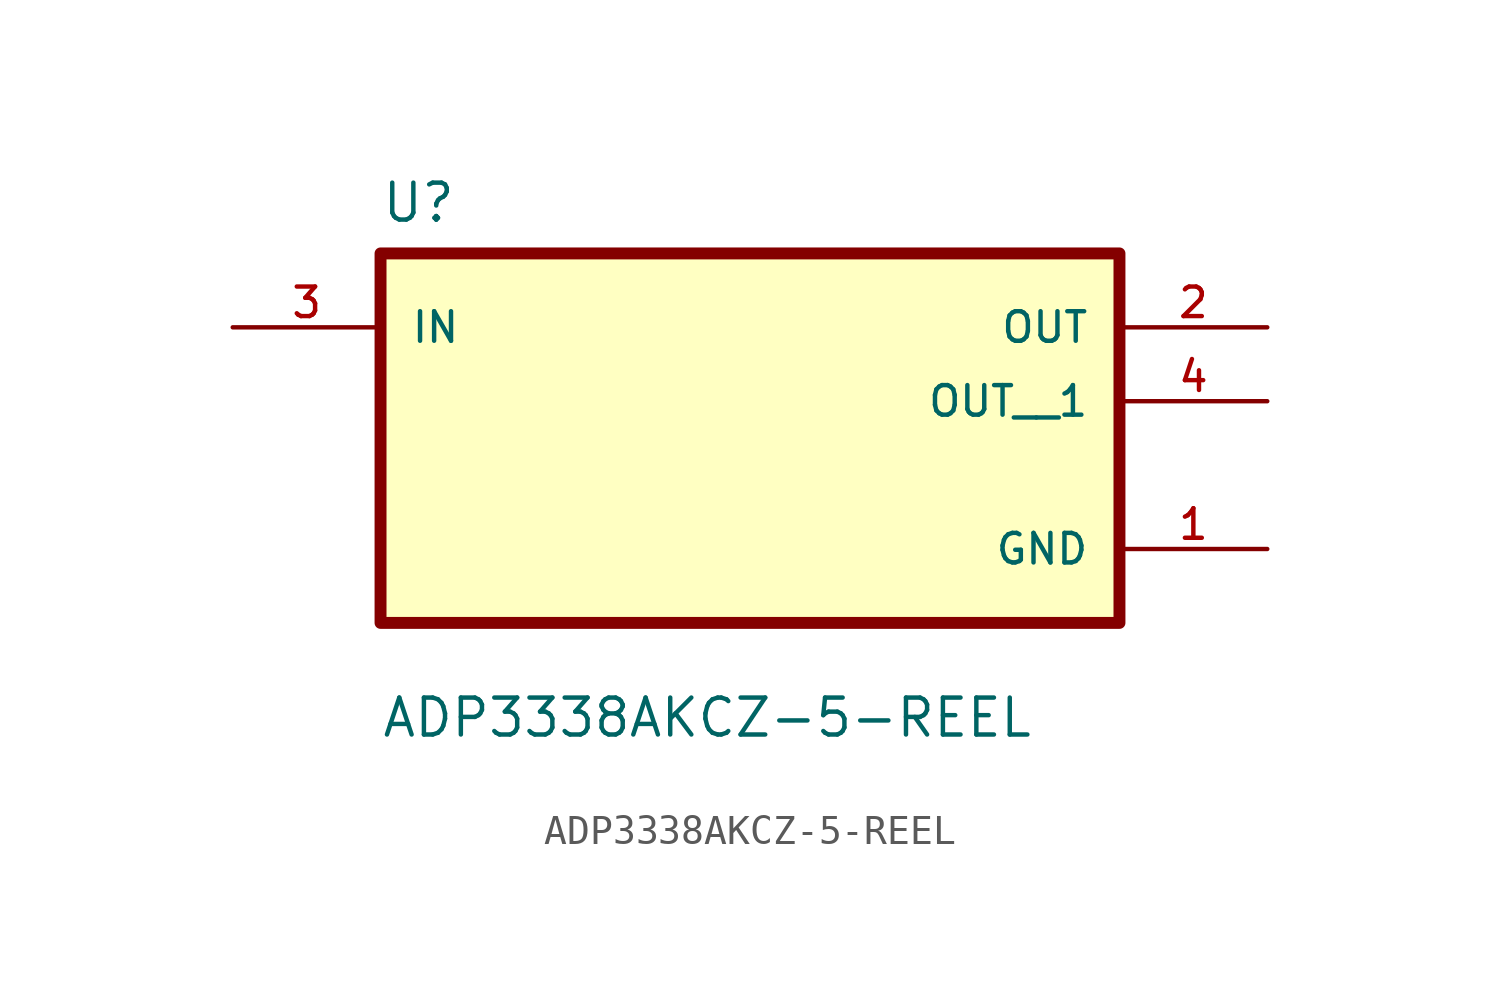
<source format=kicad_sym>
(kicad_symbol_lib
  (version 20211014)
  (generator kicad_symbol_editor)
  (symbol "ADP3338AKCZ-5-REEL"
    (pin_names
      (offset 1.016))
    (property "Reference" "U"
      (at -12.7 6.08 0.0)
      (effects (font (size 1.27 1.27)) (justify bottom left)))
    (property "Value" "ADP3338AKCZ-5-REEL"
      (at -12.7 -11.62 0.0)
      (effects (font (size 1.27 1.27)) (justify bottom left)))
    (symbol "ADP3338AKCZ-5-REEL_0_0"
      (rectangle (start -12.7 -7.62) (end 12.7 5.08) (stroke (width 0.41)) (fill (type background)))
      (pin input line (at -17.78 2.54 0) (length 5.08) (name "IN" (effects (font (size 1.016 1.016)))) (number "3" (effects (font (size 1.016 1.016)))))
      (pin output line (at 17.78 2.54 180.0) (length 5.08) (name "OUT" (effects (font (size 1.016 1.016)))) (number "2" (effects (font (size 1.016 1.016)))))
      (pin power_in line (at 17.78 -5.08 180.0) (length 5.08) (name "GND" (effects (font (size 1.016 1.016)))) (number "1" (effects (font (size 1.016 1.016)))))
      (pin output line (at 17.78 0.0 180.0) (length 5.08) (name "OUT__1" (effects (font (size 1.016 1.016)))) (number "4" (effects (font (size 1.016 1.016))))))))
</source>
